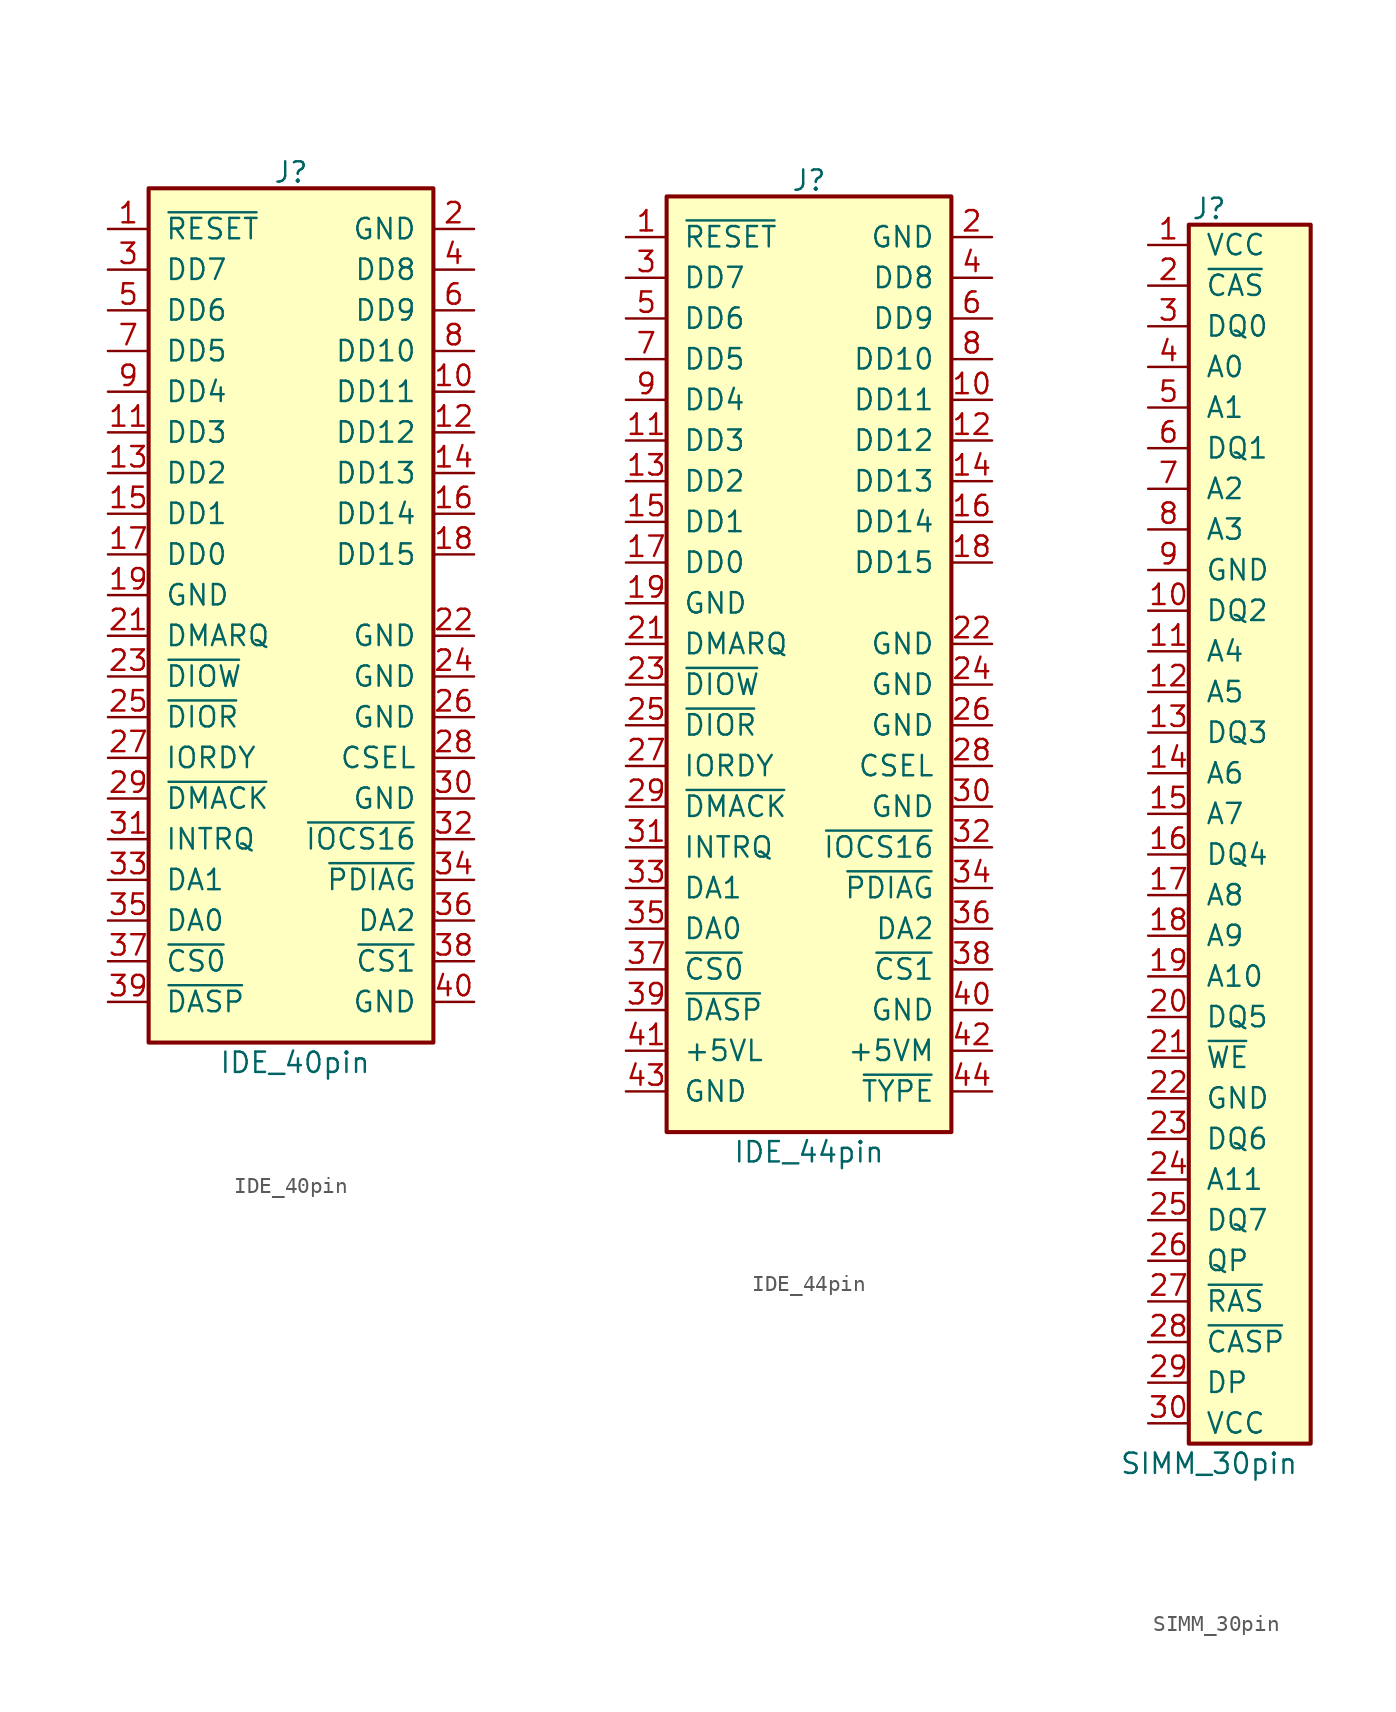
<source format=kicad_sym>
(kicad_symbol_lib
  (version 20231120)
  (generator "kicad_symbol_editor")
  (generator_version "8.0")
  (symbol "IDE_40pin"
    (pin_names
      (offset 1.016))
    (property "Reference" "J"
      (at 0 26.924 0)
      (effects (font (size 1.27 1.27)) (justify bottom)))
    (property "Value" "IDE_40pin"
      (at 0.254 -27.178 0)
      (effects (font (size 1.27 1.27)) (justify top)))
    (symbol "IDE_40pin_0_1"
      (rectangle (start -8.89 26.67) (end 8.89 -26.67) (stroke (width 0.254) (type default)) (fill (type background))))
    (symbol "IDE_40pin_1_1"
      (pin output line (at -11.43 24.13 0) (length 2.54) (name "~{RESET}" (effects (font (size 1.27 1.27)))) (number "1" (effects (font (size 1.27 1.27)))))
      (pin bidirectional line (at 11.43 13.97 180) (length 2.54) (name "DD11" (effects (font (size 1.27 1.27)))) (number "10" (effects (font (size 1.27 1.27)))))
      (pin bidirectional line (at -11.43 11.43 0) (length 2.54) (name "DD3" (effects (font (size 1.27 1.27)))) (number "11" (effects (font (size 1.27 1.27)))))
      (pin bidirectional line (at 11.43 11.43 180) (length 2.54) (name "DD12" (effects (font (size 1.27 1.27)))) (number "12" (effects (font (size 1.27 1.27)))))
      (pin bidirectional line (at -11.43 8.89 0) (length 2.54) (name "DD2" (effects (font (size 1.27 1.27)))) (number "13" (effects (font (size 1.27 1.27)))))
      (pin bidirectional line (at 11.43 8.89 180) (length 2.54) (name "DD13" (effects (font (size 1.27 1.27)))) (number "14" (effects (font (size 1.27 1.27)))))
      (pin bidirectional line (at -11.43 6.35 0) (length 2.54) (name "DD1" (effects (font (size 1.27 1.27)))) (number "15" (effects (font (size 1.27 1.27)))))
      (pin bidirectional line (at 11.43 6.35 180) (length 2.54) (name "DD14" (effects (font (size 1.27 1.27)))) (number "16" (effects (font (size 1.27 1.27)))))
      (pin bidirectional line (at -11.43 3.81 0) (length 2.54) (name "DD0" (effects (font (size 1.27 1.27)))) (number "17" (effects (font (size 1.27 1.27)))))
      (pin bidirectional line (at 11.43 3.81 180) (length 2.54) (name "DD15" (effects (font (size 1.27 1.27)))) (number "18" (effects (font (size 1.27 1.27)))))
      (pin power_in line (at -11.43 1.27 0) (length 2.54) (name "GND" (effects (font (size 1.27 1.27)))) (number "19" (effects (font (size 1.27 1.27)))))
      (pin power_in line (at 11.43 24.13 180) (length 2.54) (name "GND" (effects (font (size 1.27 1.27)))) (number "2" (effects (font (size 1.27 1.27)))))
      (pin input line (at -11.43 -1.27 0) (length 2.54) (name "DMARQ" (effects (font (size 1.27 1.27)))) (number "21" (effects (font (size 1.27 1.27)))))
      (pin power_in line (at 11.43 -1.27 180) (length 2.54) (name "GND" (effects (font (size 1.27 1.27)))) (number "22" (effects (font (size 1.27 1.27)))))
      (pin output line (at -11.43 -3.81 0) (length 2.54) (name "~{DIOW}" (effects (font (size 1.27 1.27)))) (number "23" (effects (font (size 1.27 1.27)))))
      (pin power_in line (at 11.43 -3.81 180) (length 2.54) (name "GND" (effects (font (size 1.27 1.27)))) (number "24" (effects (font (size 1.27 1.27)))))
      (pin output line (at -11.43 -6.35 0) (length 2.54) (name "~{DIOR}" (effects (font (size 1.27 1.27)))) (number "25" (effects (font (size 1.27 1.27)))))
      (pin power_in line (at 11.43 -6.35 180) (length 2.54) (name "GND" (effects (font (size 1.27 1.27)))) (number "26" (effects (font (size 1.27 1.27)))))
      (pin input line (at -11.43 -8.89 0) (length 2.54) (name "IORDY" (effects (font (size 1.27 1.27)))) (number "27" (effects (font (size 1.27 1.27)))))
      (pin output line (at 11.43 -8.89 180) (length 2.54) (name "CSEL" (effects (font (size 1.27 1.27)))) (number "28" (effects (font (size 1.27 1.27)))))
      (pin output line (at -11.43 -11.43 0) (length 2.54) (name "~{DMACK}" (effects (font (size 1.27 1.27)))) (number "29" (effects (font (size 1.27 1.27)))))
      (pin bidirectional line (at -11.43 21.59 0) (length 2.54) (name "DD7" (effects (font (size 1.27 1.27)))) (number "3" (effects (font (size 1.27 1.27)))))
      (pin power_in line (at 11.43 -11.43 180) (length 2.54) (name "GND" (effects (font (size 1.27 1.27)))) (number "30" (effects (font (size 1.27 1.27)))))
      (pin input line (at -11.43 -13.97 0) (length 2.54) (name "INTRQ" (effects (font (size 1.27 1.27)))) (number "31" (effects (font (size 1.27 1.27)))))
      (pin input line (at 11.43 -13.97 180) (length 2.54) (name "~{IOCS16}" (effects (font (size 1.27 1.27)))) (number "32" (effects (font (size 1.27 1.27)))))
      (pin output line (at -11.43 -16.51 0) (length 2.54) (name "DA1" (effects (font (size 1.27 1.27)))) (number "33" (effects (font (size 1.27 1.27)))))
      (pin passive line (at 11.43 -16.51 180) (length 2.54) (name "~{PDIAG}" (effects (font (size 1.27 1.27)))) (number "34" (effects (font (size 1.27 1.27)))))
      (pin output line (at -11.43 -19.05 0) (length 2.54) (name "DA0" (effects (font (size 1.27 1.27)))) (number "35" (effects (font (size 1.27 1.27)))))
      (pin output line (at 11.43 -19.05 180) (length 2.54) (name "DA2" (effects (font (size 1.27 1.27)))) (number "36" (effects (font (size 1.27 1.27)))))
      (pin output line (at -11.43 -21.59 0) (length 2.54) (name "~{CS0}" (effects (font (size 1.27 1.27)))) (number "37" (effects (font (size 1.27 1.27)))))
      (pin output line (at 11.43 -21.59 180) (length 2.54) (name "~{CS1}" (effects (font (size 1.27 1.27)))) (number "38" (effects (font (size 1.27 1.27)))))
      (pin input line (at -11.43 -24.13 0) (length 2.54) (name "~{DASP}" (effects (font (size 1.27 1.27)))) (number "39" (effects (font (size 1.27 1.27)))))
      (pin bidirectional line (at 11.43 21.59 180) (length 2.54) (name "DD8" (effects (font (size 1.27 1.27)))) (number "4" (effects (font (size 1.27 1.27)))))
      (pin power_in line (at 11.43 -24.13 180) (length 2.54) (name "GND" (effects (font (size 1.27 1.27)))) (number "40" (effects (font (size 1.27 1.27)))))
      (pin bidirectional line (at -11.43 19.05 0) (length 2.54) (name "DD6" (effects (font (size 1.27 1.27)))) (number "5" (effects (font (size 1.27 1.27)))))
      (pin bidirectional line (at 11.43 19.05 180) (length 2.54) (name "DD9" (effects (font (size 1.27 1.27)))) (number "6" (effects (font (size 1.27 1.27)))))
      (pin bidirectional line (at -11.43 16.51 0) (length 2.54) (name "DD5" (effects (font (size 1.27 1.27)))) (number "7" (effects (font (size 1.27 1.27)))))
      (pin bidirectional line (at 11.43 16.51 180) (length 2.54) (name "DD10" (effects (font (size 1.27 1.27)))) (number "8" (effects (font (size 1.27 1.27)))))
      (pin bidirectional line (at -11.43 13.97 0) (length 2.54) (name "DD4" (effects (font (size 1.27 1.27)))) (number "9" (effects (font (size 1.27 1.27)))))))
  (symbol "IDE_44pin"
    (pin_names
      (offset 1.016))
    (property "Reference" "J"
      (at 0 29.464 0)
      (effects (font (size 1.27 1.27)) (justify bottom)))
    (property "Value" "IDE_44pin"
      (at 0 -29.718 0)
      (effects (font (size 1.27 1.27)) (justify top)))
    (symbol "IDE_44pin_0_1"
      (rectangle (start -8.89 29.21) (end 8.89 -29.21) (stroke (width 0.254) (type default)) (fill (type background))))
    (symbol "IDE_44pin_1_1"
      (pin output line (at -11.43 26.67 0) (length 2.54) (name "~{RESET}" (effects (font (size 1.27 1.27)))) (number "1" (effects (font (size 1.27 1.27)))))
      (pin bidirectional line (at 11.43 16.51 180) (length 2.54) (name "DD11" (effects (font (size 1.27 1.27)))) (number "10" (effects (font (size 1.27 1.27)))))
      (pin bidirectional line (at -11.43 13.97 0) (length 2.54) (name "DD3" (effects (font (size 1.27 1.27)))) (number "11" (effects (font (size 1.27 1.27)))))
      (pin bidirectional line (at 11.43 13.97 180) (length 2.54) (name "DD12" (effects (font (size 1.27 1.27)))) (number "12" (effects (font (size 1.27 1.27)))))
      (pin bidirectional line (at -11.43 11.43 0) (length 2.54) (name "DD2" (effects (font (size 1.27 1.27)))) (number "13" (effects (font (size 1.27 1.27)))))
      (pin bidirectional line (at 11.43 11.43 180) (length 2.54) (name "DD13" (effects (font (size 1.27 1.27)))) (number "14" (effects (font (size 1.27 1.27)))))
      (pin bidirectional line (at -11.43 8.89 0) (length 2.54) (name "DD1" (effects (font (size 1.27 1.27)))) (number "15" (effects (font (size 1.27 1.27)))))
      (pin bidirectional line (at 11.43 8.89 180) (length 2.54) (name "DD14" (effects (font (size 1.27 1.27)))) (number "16" (effects (font (size 1.27 1.27)))))
      (pin bidirectional line (at -11.43 6.35 0) (length 2.54) (name "DD0" (effects (font (size 1.27 1.27)))) (number "17" (effects (font (size 1.27 1.27)))))
      (pin bidirectional line (at 11.43 6.35 180) (length 2.54) (name "DD15" (effects (font (size 1.27 1.27)))) (number "18" (effects (font (size 1.27 1.27)))))
      (pin power_in line (at -11.43 3.81 0) (length 2.54) (name "GND" (effects (font (size 1.27 1.27)))) (number "19" (effects (font (size 1.27 1.27)))))
      (pin power_in line (at 11.43 26.67 180) (length 2.54) (name "GND" (effects (font (size 1.27 1.27)))) (number "2" (effects (font (size 1.27 1.27)))))
      (pin input line (at -11.43 1.27 0) (length 2.54) (name "DMARQ" (effects (font (size 1.27 1.27)))) (number "21" (effects (font (size 1.27 1.27)))))
      (pin power_in line (at 11.43 1.27 180) (length 2.54) (name "GND" (effects (font (size 1.27 1.27)))) (number "22" (effects (font (size 1.27 1.27)))))
      (pin output line (at -11.43 -1.27 0) (length 2.54) (name "~{DIOW}" (effects (font (size 1.27 1.27)))) (number "23" (effects (font (size 1.27 1.27)))))
      (pin power_in line (at 11.43 -1.27 180) (length 2.54) (name "GND" (effects (font (size 1.27 1.27)))) (number "24" (effects (font (size 1.27 1.27)))))
      (pin output line (at -11.43 -3.81 0) (length 2.54) (name "~{DIOR}" (effects (font (size 1.27 1.27)))) (number "25" (effects (font (size 1.27 1.27)))))
      (pin power_in line (at 11.43 -3.81 180) (length 2.54) (name "GND" (effects (font (size 1.27 1.27)))) (number "26" (effects (font (size 1.27 1.27)))))
      (pin input line (at -11.43 -6.35 0) (length 2.54) (name "IORDY" (effects (font (size 1.27 1.27)))) (number "27" (effects (font (size 1.27 1.27)))))
      (pin output line (at 11.43 -6.35 180) (length 2.54) (name "CSEL" (effects (font (size 1.27 1.27)))) (number "28" (effects (font (size 1.27 1.27)))))
      (pin output line (at -11.43 -8.89 0) (length 2.54) (name "~{DMACK}" (effects (font (size 1.27 1.27)))) (number "29" (effects (font (size 1.27 1.27)))))
      (pin bidirectional line (at -11.43 24.13 0) (length 2.54) (name "DD7" (effects (font (size 1.27 1.27)))) (number "3" (effects (font (size 1.27 1.27)))))
      (pin power_in line (at 11.43 -8.89 180) (length 2.54) (name "GND" (effects (font (size 1.27 1.27)))) (number "30" (effects (font (size 1.27 1.27)))))
      (pin input line (at -11.43 -11.43 0) (length 2.54) (name "INTRQ" (effects (font (size 1.27 1.27)))) (number "31" (effects (font (size 1.27 1.27)))))
      (pin input line (at 11.43 -11.43 180) (length 2.54) (name "~{IOCS16}" (effects (font (size 1.27 1.27)))) (number "32" (effects (font (size 1.27 1.27)))))
      (pin output line (at -11.43 -13.97 0) (length 2.54) (name "DA1" (effects (font (size 1.27 1.27)))) (number "33" (effects (font (size 1.27 1.27)))))
      (pin passive line (at 11.43 -13.97 180) (length 2.54) (name "~{PDIAG}" (effects (font (size 1.27 1.27)))) (number "34" (effects (font (size 1.27 1.27)))))
      (pin output line (at -11.43 -16.51 0) (length 2.54) (name "DA0" (effects (font (size 1.27 1.27)))) (number "35" (effects (font (size 1.27 1.27)))))
      (pin output line (at 11.43 -16.51 180) (length 2.54) (name "DA2" (effects (font (size 1.27 1.27)))) (number "36" (effects (font (size 1.27 1.27)))))
      (pin output line (at -11.43 -19.05 0) (length 2.54) (name "~{CS0}" (effects (font (size 1.27 1.27)))) (number "37" (effects (font (size 1.27 1.27)))))
      (pin output line (at 11.43 -19.05 180) (length 2.54) (name "~{CS1}" (effects (font (size 1.27 1.27)))) (number "38" (effects (font (size 1.27 1.27)))))
      (pin input line (at -11.43 -21.59 0) (length 2.54) (name "~{DASP}" (effects (font (size 1.27 1.27)))) (number "39" (effects (font (size 1.27 1.27)))))
      (pin bidirectional line (at 11.43 24.13 180) (length 2.54) (name "DD8" (effects (font (size 1.27 1.27)))) (number "4" (effects (font (size 1.27 1.27)))))
      (pin power_in line (at 11.43 -21.59 180) (length 2.54) (name "GND" (effects (font (size 1.27 1.27)))) (number "40" (effects (font (size 1.27 1.27)))))
      (pin power_in line (at -11.43 -24.13 0) (length 2.54) (name "+5VL" (effects (font (size 1.27 1.27)))) (number "41" (effects (font (size 1.27 1.27)))))
      (pin power_in line (at 11.43 -24.13 180) (length 2.54) (name "+5VM" (effects (font (size 1.27 1.27)))) (number "42" (effects (font (size 1.27 1.27)))))
      (pin power_in line (at -11.43 -26.67 0) (length 2.54) (name "GND" (effects (font (size 1.27 1.27)))) (number "43" (effects (font (size 1.27 1.27)))))
      (pin passive line (at 11.43 -26.67 180) (length 2.54) (name "~{TYPE}" (effects (font (size 1.27 1.27)))) (number "44" (effects (font (size 1.27 1.27)))))
      (pin bidirectional line (at -11.43 21.59 0) (length 2.54) (name "DD6" (effects (font (size 1.27 1.27)))) (number "5" (effects (font (size 1.27 1.27)))))
      (pin bidirectional line (at 11.43 21.59 180) (length 2.54) (name "DD9" (effects (font (size 1.27 1.27)))) (number "6" (effects (font (size 1.27 1.27)))))
      (pin bidirectional line (at -11.43 19.05 0) (length 2.54) (name "DD5" (effects (font (size 1.27 1.27)))) (number "7" (effects (font (size 1.27 1.27)))))
      (pin bidirectional line (at 11.43 19.05 180) (length 2.54) (name "DD10" (effects (font (size 1.27 1.27)))) (number "8" (effects (font (size 1.27 1.27)))))
      (pin bidirectional line (at -11.43 16.51 0) (length 2.54) (name "DD4" (effects (font (size 1.27 1.27)))) (number "9" (effects (font (size 1.27 1.27)))))))
  (symbol "SIMM_30pin"
    (pin_names
      (offset 1.016))
    (property "Reference" "J"
      (at 0 38.354 0)
      (effects (font (size 1.27 1.27)) (justify bottom)))
    (property "Value" "SIMM_30pin"
      (at 0 -38.608 0)
      (effects (font (size 1.27 1.27)) (justify top)))
    (symbol "SIMM_30pin_1_1"
      (rectangle (start -1.27 38.1) (end 6.35 -38.1) (stroke (width 0.254) (type default)) (fill (type background)))
      (pin power_in line (at -3.81 36.83 0) (length 2.54) (name "VCC" (effects (font (size 1.27 1.27)))) (number "1" (effects (font (size 1.27 1.27)))))
      (pin bidirectional line (at -3.81 13.97 0) (length 2.54) (name "DQ2" (effects (font (size 1.27 1.27)))) (number "10" (effects (font (size 1.27 1.27)))))
      (pin input line (at -3.81 11.43 0) (length 2.54) (name "A4" (effects (font (size 1.27 1.27)))) (number "11" (effects (font (size 1.27 1.27)))))
      (pin input line (at -3.81 8.89 0) (length 2.54) (name "A5" (effects (font (size 1.27 1.27)))) (number "12" (effects (font (size 1.27 1.27)))))
      (pin bidirectional line (at -3.81 6.35 0) (length 2.54) (name "DQ3" (effects (font (size 1.27 1.27)))) (number "13" (effects (font (size 1.27 1.27)))))
      (pin input line (at -3.81 3.81 0) (length 2.54) (name "A6" (effects (font (size 1.27 1.27)))) (number "14" (effects (font (size 1.27 1.27)))))
      (pin input line (at -3.81 1.27 0) (length 2.54) (name "A7" (effects (font (size 1.27 1.27)))) (number "15" (effects (font (size 1.27 1.27)))))
      (pin bidirectional line (at -3.81 -1.27 0) (length 2.54) (name "DQ4" (effects (font (size 1.27 1.27)))) (number "16" (effects (font (size 1.27 1.27)))))
      (pin input line (at -3.81 -3.81 0) (length 2.54) (name "A8" (effects (font (size 1.27 1.27)))) (number "17" (effects (font (size 1.27 1.27)))))
      (pin input line (at -3.81 -6.35 0) (length 2.54) (name "A9" (effects (font (size 1.27 1.27)))) (number "18" (effects (font (size 1.27 1.27)))))
      (pin input line (at -3.81 -8.89 0) (length 2.54) (name "A10" (effects (font (size 1.27 1.27)))) (number "19" (effects (font (size 1.27 1.27)))))
      (pin input line (at -3.81 34.29 0) (length 2.54) (name "~{CAS}" (effects (font (size 1.27 1.27)))) (number "2" (effects (font (size 1.27 1.27)))))
      (pin bidirectional line (at -3.81 -11.43 0) (length 2.54) (name "DQ5" (effects (font (size 1.27 1.27)))) (number "20" (effects (font (size 1.27 1.27)))))
      (pin input line (at -3.81 -13.97 0) (length 2.54) (name "~{WE}" (effects (font (size 1.27 1.27)))) (number "21" (effects (font (size 1.27 1.27)))))
      (pin power_in line (at -3.81 -16.51 0) (length 2.54) (name "GND" (effects (font (size 1.27 1.27)))) (number "22" (effects (font (size 1.27 1.27)))))
      (pin bidirectional line (at -3.81 -19.05 0) (length 2.54) (name "DQ6" (effects (font (size 1.27 1.27)))) (number "23" (effects (font (size 1.27 1.27)))))
      (pin input line (at -3.81 -21.59 0) (length 2.54) (name "A11" (effects (font (size 1.27 1.27)))) (number "24" (effects (font (size 1.27 1.27)))))
      (pin bidirectional line (at -3.81 -24.13 0) (length 2.54) (name "DQ7" (effects (font (size 1.27 1.27)))) (number "25" (effects (font (size 1.27 1.27)))))
      (pin output line (at -3.81 -26.67 0) (length 2.54) (name "QP" (effects (font (size 1.27 1.27)))) (number "26" (effects (font (size 1.27 1.27)))))
      (pin input line (at -3.81 -29.21 0) (length 2.54) (name "~{RAS}" (effects (font (size 1.27 1.27)))) (number "27" (effects (font (size 1.27 1.27)))))
      (pin input line (at -3.81 -31.75 0) (length 2.54) (name "~{CASP}" (effects (font (size 1.27 1.27)))) (number "28" (effects (font (size 1.27 1.27)))))
      (pin input line (at -3.81 -34.29 0) (length 2.54) (name "DP" (effects (font (size 1.27 1.27)))) (number "29" (effects (font (size 1.27 1.27)))))
      (pin bidirectional line (at -3.81 31.75 0) (length 2.54) (name "DQ0" (effects (font (size 1.27 1.27)))) (number "3" (effects (font (size 1.27 1.27)))))
      (pin power_in line (at -3.81 -36.83 0) (length 2.54) (name "VCC" (effects (font (size 1.27 1.27)))) (number "30" (effects (font (size 1.27 1.27)))))
      (pin input line (at -3.81 29.21 0) (length 2.54) (name "A0" (effects (font (size 1.27 1.27)))) (number "4" (effects (font (size 1.27 1.27)))))
      (pin input line (at -3.81 26.67 0) (length 2.54) (name "A1" (effects (font (size 1.27 1.27)))) (number "5" (effects (font (size 1.27 1.27)))))
      (pin bidirectional line (at -3.81 24.13 0) (length 2.54) (name "DQ1" (effects (font (size 1.27 1.27)))) (number "6" (effects (font (size 1.27 1.27)))))
      (pin input line (at -3.81 21.59 0) (length 2.54) (name "A2" (effects (font (size 1.27 1.27)))) (number "7" (effects (font (size 1.27 1.27)))))
      (pin input line (at -3.81 19.05 0) (length 2.54) (name "A3" (effects (font (size 1.27 1.27)))) (number "8" (effects (font (size 1.27 1.27)))))
      (pin power_in line (at -3.81 16.51 0) (length 2.54) (name "GND" (effects (font (size 1.27 1.27)))) (number "9" (effects (font (size 1.27 1.27))))))))
</source>
